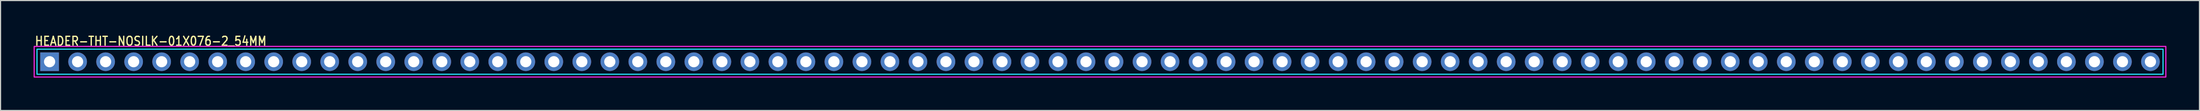
<source format=kicad_pcb>
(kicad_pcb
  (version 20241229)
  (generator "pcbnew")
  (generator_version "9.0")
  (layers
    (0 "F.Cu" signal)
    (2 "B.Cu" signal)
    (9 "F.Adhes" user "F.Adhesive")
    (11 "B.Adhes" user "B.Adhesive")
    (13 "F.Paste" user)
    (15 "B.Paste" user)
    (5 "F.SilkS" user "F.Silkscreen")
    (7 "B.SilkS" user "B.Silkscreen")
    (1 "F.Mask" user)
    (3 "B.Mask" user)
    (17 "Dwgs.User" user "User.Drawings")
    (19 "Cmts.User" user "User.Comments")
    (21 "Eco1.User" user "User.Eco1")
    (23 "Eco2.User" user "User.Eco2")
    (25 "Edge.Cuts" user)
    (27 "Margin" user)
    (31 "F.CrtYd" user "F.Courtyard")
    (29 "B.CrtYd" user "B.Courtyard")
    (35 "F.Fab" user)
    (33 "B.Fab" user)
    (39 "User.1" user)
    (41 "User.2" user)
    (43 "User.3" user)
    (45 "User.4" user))
  (footprint "HEADER-THT-NOSILK-01X076-2_54MM"
    (layer "F.Cu")
    (at 1.447 2.579)
    (property "Reference" "HEADER-THT-NOSILK-01X076-2_54MM" (at -1.4 -1.4 0) (unlocked yes) (layer "F.SilkS") (effects (font (size 0.813 0.695) (thickness 0.122)) (justify left bottom)))
    (fp_poly (pts (xy -1.143 -1.143) (xy 191.643 -1.143) (xy 191.643 1.143) (xy -1.143 1.143)) (stroke (width 0.1) (type solid)) (fill no) (layer "B.CrtYd"))
    (fp_poly (pts (xy -1.397 -1.397) (xy 191.897 -1.397) (xy 191.897 1.397) (xy -1.397 1.397)) (stroke (width 0.1) (type solid)) (fill no) (layer "F.CrtYd"))
    (pad "1" thru_hole rect (at 0 0) (size 1.693 1.693) (drill 1.016) (layers "*.Cu" "*.Mask"))
    (pad "2" thru_hole oval (at 2.54 0) (size 1.693 1.693) (drill 1.016) (layers "*.Cu" "*.Mask"))
    (pad "3" thru_hole oval (at 5.08 0) (size 1.693 1.693) (drill 1.016) (layers "*.Cu" "*.Mask"))
    (pad "4" thru_hole oval (at 7.62 0) (size 1.693 1.693) (drill 1.016) (layers "*.Cu" "*.Mask"))
    (pad "5" thru_hole oval (at 10.16 0) (size 1.693 1.693) (drill 1.016) (layers "*.Cu" "*.Mask"))
    (pad "6" thru_hole oval (at 12.7 0) (size 1.693 1.693) (drill 1.016) (layers "*.Cu" "*.Mask"))
    (pad "7" thru_hole oval (at 15.24 0) (size 1.693 1.693) (drill 1.016) (layers "*.Cu" "*.Mask"))
    (pad "8" thru_hole oval (at 17.78 0) (size 1.693 1.693) (drill 1.016) (layers "*.Cu" "*.Mask"))
    (pad "9" thru_hole oval (at 20.32 0) (size 1.693 1.693) (drill 1.016) (layers "*.Cu" "*.Mask"))
    (pad "10" thru_hole oval (at 22.86 0) (size 1.693 1.693) (drill 1.016) (layers "*.Cu" "*.Mask"))
    (pad "11" thru_hole oval (at 25.4 0) (size 1.693 1.693) (drill 1.016) (layers "*.Cu" "*.Mask"))
    (pad "12" thru_hole oval (at 27.94 0) (size 1.693 1.693) (drill 1.016) (layers "*.Cu" "*.Mask"))
    (pad "13" thru_hole oval (at 30.48 0) (size 1.693 1.693) (drill 1.016) (layers "*.Cu" "*.Mask"))
    (pad "14" thru_hole oval (at 33.02 0) (size 1.693 1.693) (drill 1.016) (layers "*.Cu" "*.Mask"))
    (pad "15" thru_hole oval (at 35.56 0) (size 1.693 1.693) (drill 1.016) (layers "*.Cu" "*.Mask"))
    (pad "16" thru_hole oval (at 38.1 0) (size 1.693 1.693) (drill 1.016) (layers "*.Cu" "*.Mask"))
    (pad "17" thru_hole oval (at 40.64 0) (size 1.693 1.693) (drill 1.016) (layers "*.Cu" "*.Mask"))
    (pad "18" thru_hole oval (at 43.18 0) (size 1.693 1.693) (drill 1.016) (layers "*.Cu" "*.Mask"))
    (pad "19" thru_hole oval (at 45.72 0) (size 1.693 1.693) (drill 1.016) (layers "*.Cu" "*.Mask"))
    (pad "20" thru_hole oval (at 48.26 0) (size 1.693 1.693) (drill 1.016) (layers "*.Cu" "*.Mask"))
    (pad "21" thru_hole oval (at 50.8 0) (size 1.693 1.693) (drill 1.016) (layers "*.Cu" "*.Mask"))
    (pad "22" thru_hole oval (at 53.34 0) (size 1.693 1.693) (drill 1.016) (layers "*.Cu" "*.Mask"))
    (pad "23" thru_hole oval (at 55.88 0) (size 1.693 1.693) (drill 1.016) (layers "*.Cu" "*.Mask"))
    (pad "24" thru_hole oval (at 58.42 0) (size 1.693 1.693) (drill 1.016) (layers "*.Cu" "*.Mask"))
    (pad "25" thru_hole oval (at 60.96 0) (size 1.693 1.693) (drill 1.016) (layers "*.Cu" "*.Mask"))
    (pad "26" thru_hole oval (at 63.5 0) (size 1.693 1.693) (drill 1.016) (layers "*.Cu" "*.Mask"))
    (pad "27" thru_hole oval (at 66.04 0) (size 1.693 1.693) (drill 1.016) (layers "*.Cu" "*.Mask"))
    (pad "28" thru_hole oval (at 68.58 0) (size 1.693 1.693) (drill 1.016) (layers "*.Cu" "*.Mask"))
    (pad "29" thru_hole oval (at 71.12 0) (size 1.693 1.693) (drill 1.016) (layers "*.Cu" "*.Mask"))
    (pad "30" thru_hole oval (at 73.66 0) (size 1.693 1.693) (drill 1.016) (layers "*.Cu" "*.Mask"))
    (pad "31" thru_hole oval (at 76.2 0) (size 1.693 1.693) (drill 1.016) (layers "*.Cu" "*.Mask"))
    (pad "32" thru_hole oval (at 78.74 0) (size 1.693 1.693) (drill 1.016) (layers "*.Cu" "*.Mask"))
    (pad "33" thru_hole oval (at 81.28 0) (size 1.693 1.693) (drill 1.016) (layers "*.Cu" "*.Mask"))
    (pad "34" thru_hole oval (at 83.82 0) (size 1.693 1.693) (drill 1.016) (layers "*.Cu" "*.Mask"))
    (pad "35" thru_hole oval (at 86.36 0) (size 1.693 1.693) (drill 1.016) (layers "*.Cu" "*.Mask"))
    (pad "36" thru_hole oval (at 88.9 0) (size 1.693 1.693) (drill 1.016) (layers "*.Cu" "*.Mask"))
    (pad "37" thru_hole oval (at 91.44 0) (size 1.693 1.693) (drill 1.016) (layers "*.Cu" "*.Mask"))
    (pad "38" thru_hole oval (at 93.98 0) (size 1.693 1.693) (drill 1.016) (layers "*.Cu" "*.Mask"))
    (pad "39" thru_hole oval (at 96.52 0) (size 1.693 1.693) (drill 1.016) (layers "*.Cu" "*.Mask"))
    (pad "40" thru_hole oval (at 99.06 0) (size 1.693 1.693) (drill 1.016) (layers "*.Cu" "*.Mask"))
    (pad "41" thru_hole oval (at 101.6 0) (size 1.693 1.693) (drill 1.016) (layers "*.Cu" "*.Mask"))
    (pad "42" thru_hole oval (at 104.14 0) (size 1.693 1.693) (drill 1.016) (layers "*.Cu" "*.Mask"))
    (pad "43" thru_hole oval (at 106.68 0) (size 1.693 1.693) (drill 1.016) (layers "*.Cu" "*.Mask"))
    (pad "44" thru_hole oval (at 109.22 0) (size 1.693 1.693) (drill 1.016) (layers "*.Cu" "*.Mask"))
    (pad "45" thru_hole oval (at 111.76 0) (size 1.693 1.693) (drill 1.016) (layers "*.Cu" "*.Mask"))
    (pad "46" thru_hole oval (at 114.3 0) (size 1.693 1.693) (drill 1.016) (layers "*.Cu" "*.Mask"))
    (pad "47" thru_hole oval (at 116.84 0) (size 1.693 1.693) (drill 1.016) (layers "*.Cu" "*.Mask"))
    (pad "48" thru_hole oval (at 119.38 0) (size 1.693 1.693) (drill 1.016) (layers "*.Cu" "*.Mask"))
    (pad "49" thru_hole oval (at 121.92 0) (size 1.693 1.693) (drill 1.016) (layers "*.Cu" "*.Mask"))
    (pad "50" thru_hole oval (at 124.46 0) (size 1.693 1.693) (drill 1.016) (layers "*.Cu" "*.Mask"))
    (pad "51" thru_hole oval (at 127 0) (size 1.693 1.693) (drill 1.016) (layers "*.Cu" "*.Mask"))
    (pad "52" thru_hole oval (at 129.54 0) (size 1.693 1.693) (drill 1.016) (layers "*.Cu" "*.Mask"))
    (pad "53" thru_hole oval (at 132.08 0) (size 1.693 1.693) (drill 1.016) (layers "*.Cu" "*.Mask"))
    (pad "54" thru_hole oval (at 134.62 0) (size 1.693 1.693) (drill 1.016) (layers "*.Cu" "*.Mask"))
    (pad "55" thru_hole oval (at 137.16 0) (size 1.693 1.693) (drill 1.016) (layers "*.Cu" "*.Mask"))
    (pad "56" thru_hole oval (at 139.7 0) (size 1.693 1.693) (drill 1.016) (layers "*.Cu" "*.Mask"))
    (pad "57" thru_hole oval (at 142.24 0) (size 1.693 1.693) (drill 1.016) (layers "*.Cu" "*.Mask"))
    (pad "58" thru_hole oval (at 144.78 0) (size 1.693 1.693) (drill 1.016) (layers "*.Cu" "*.Mask"))
    (pad "59" thru_hole oval (at 147.32 0) (size 1.693 1.693) (drill 1.016) (layers "*.Cu" "*.Mask"))
    (pad "60" thru_hole oval (at 149.86 0) (size 1.693 1.693) (drill 1.016) (layers "*.Cu" "*.Mask"))
    (pad "61" thru_hole oval (at 152.4 0) (size 1.693 1.693) (drill 1.016) (layers "*.Cu" "*.Mask"))
    (pad "62" thru_hole oval (at 154.94 0) (size 1.693 1.693) (drill 1.016) (layers "*.Cu" "*.Mask"))
    (pad "63" thru_hole oval (at 157.48 0) (size 1.693 1.693) (drill 1.016) (layers "*.Cu" "*.Mask"))
    (pad "64" thru_hole oval (at 160.02 0) (size 1.693 1.693) (drill 1.016) (layers "*.Cu" "*.Mask"))
    (pad "65" thru_hole oval (at 162.56 0) (size 1.693 1.693) (drill 1.016) (layers "*.Cu" "*.Mask"))
    (pad "66" thru_hole oval (at 165.1 0) (size 1.693 1.693) (drill 1.016) (layers "*.Cu" "*.Mask"))
    (pad "67" thru_hole oval (at 167.64 0) (size 1.693 1.693) (drill 1.016) (layers "*.Cu" "*.Mask"))
    (pad "68" thru_hole oval (at 170.18 0) (size 1.693 1.693) (drill 1.016) (layers "*.Cu" "*.Mask"))
    (pad "69" thru_hole oval (at 172.72 0) (size 1.693 1.693) (drill 1.016) (layers "*.Cu" "*.Mask"))
    (pad "70" thru_hole oval (at 175.26 0) (size 1.693 1.693) (drill 1.016) (layers "*.Cu" "*.Mask"))
    (pad "71" thru_hole oval (at 177.8 0) (size 1.693 1.693) (drill 1.016) (layers "*.Cu" "*.Mask"))
    (pad "72" thru_hole oval (at 180.34 0) (size 1.693 1.693) (drill 1.016) (layers "*.Cu" "*.Mask"))
    (pad "73" thru_hole oval (at 182.88 0) (size 1.693 1.693) (drill 1.016) (layers "*.Cu" "*.Mask"))
    (pad "74" thru_hole oval (at 185.42 0) (size 1.693 1.693) (drill 1.016) (layers "*.Cu" "*.Mask"))
    (pad "75" thru_hole oval (at 187.96 0) (size 1.693 1.693) (drill 1.016) (layers "*.Cu" "*.Mask"))
    (pad "76" thru_hole oval (at 190.5 0) (size 1.693 1.693) (drill 1.016) (layers "*.Cu" "*.Mask")))
  (gr_rect
    (start -3 -3)
    (end 196.394 7.026)
    (stroke (width 0.1) (type default))
    (fill no)
    (layer "Edge.Cuts")))
</source>
